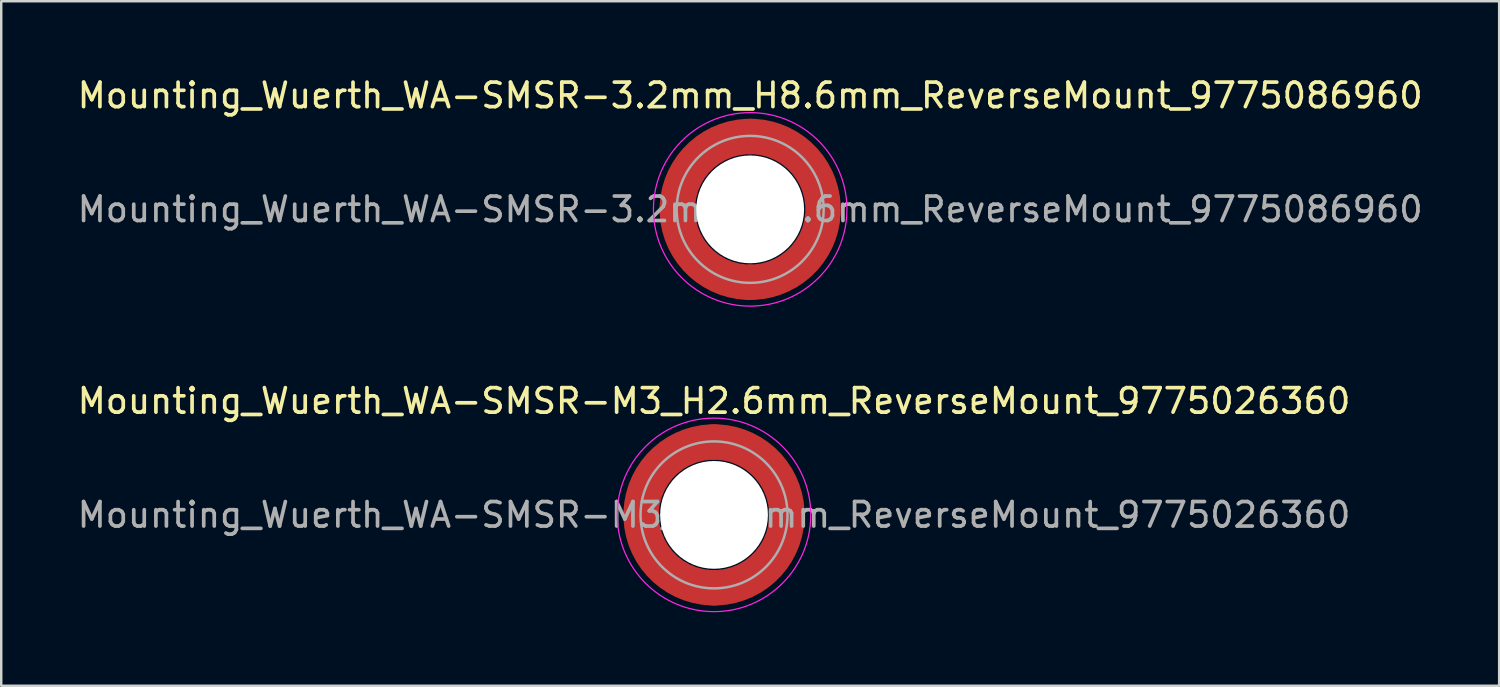
<source format=kicad_pcb>
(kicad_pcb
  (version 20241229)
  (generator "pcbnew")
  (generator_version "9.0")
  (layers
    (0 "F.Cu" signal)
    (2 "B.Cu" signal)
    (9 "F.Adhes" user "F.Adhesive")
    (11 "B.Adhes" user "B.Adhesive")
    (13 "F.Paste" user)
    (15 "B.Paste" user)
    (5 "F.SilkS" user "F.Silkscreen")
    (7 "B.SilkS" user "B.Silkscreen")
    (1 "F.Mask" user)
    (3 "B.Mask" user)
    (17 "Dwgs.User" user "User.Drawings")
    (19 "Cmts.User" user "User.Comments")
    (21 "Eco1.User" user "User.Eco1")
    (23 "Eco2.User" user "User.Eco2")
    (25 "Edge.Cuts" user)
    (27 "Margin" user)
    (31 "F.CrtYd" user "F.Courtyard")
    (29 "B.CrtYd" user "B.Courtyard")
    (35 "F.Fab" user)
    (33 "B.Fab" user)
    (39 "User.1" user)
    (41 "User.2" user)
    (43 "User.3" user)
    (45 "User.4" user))
  (footprint "Mounting_Wuerth_WA-SMSR-M3_H2.6mm_ReverseMount_9775026360"
    (layer "F.Cu")
    (at 26.101 17.971)
    (property "Reference" "Mounting_Wuerth_WA-SMSR-M3_H2.6mm_ReverseMount_9775026360" (at 0 -4.65 0) (layer "F.SilkS") (effects (font (size 1 1) (thickness 0.15))))
    (attr smd)
    (fp_circle (center 0 0) (end 3.95 0) (stroke (width 0.05) (type solid)) (fill no) (layer "F.CrtYd"))
    (fp_circle (center 0 0) (end 3 0) (stroke (width 0.1) (type solid)) (fill no) (layer "F.Fab"))
    (fp_text user "${REFERENCE}" (at 0 0 0) (layer "F.Fab") (effects (font (size 1 1) (thickness 0.15))))
    (pad "" smd custom (at -2.095 -2.095) (size 0.672 0.672) (layers "F.Paste") (options (anchor circle)) (primitives (gr_arc (start -0.24231 1.594804) (mid 0.404819 0.404819) (end 1.594804 -0.24231) (width 0.2)) (gr_arc (start -0.3398 1.594804) (mid 0.337349 0.337349) (end 1.594804 -0.3398) (width 0.2)) (gr_arc (start -0.437132 1.594804) (mid 0.269879 0.269879) (end 1.594804 -0.437132) (width 0.2)) (gr_arc (start -0.534324 1.594804) (mid 0.202409 0.202409) (end 1.594804 -0.534324) (width 0.2)) (gr_arc (start -0.631391 1.594804) (mid 0.134939 0.134939) (end 1.594804 -0.631391) (width 0.2)) (gr_arc (start -0.728345 1.594804) (mid 0.06747 0.06747) (end 1.594804 -0.728345) (width 0.2)) (gr_arc (start -0.825197 1.594804) (mid 0 0) (end 1.594804 -0.825197) (width 0.2)) (gr_arc (start -0.921958 1.594804) (mid -0.067469 -0.067469) (end 1.594804 -0.921958) (width 0.2)) (gr_arc (start -1.018637 1.594804) (mid -0.13494 -0.13494) (end 1.594804 -1.018637) (width 0.2)) (gr_arc (start -1.115239 1.594804) (mid -0.202409 -0.202409) (end 1.594804 -1.115239) (width 0.2)) (gr_arc (start -1.211773 1.594804) (mid -0.269879 -0.269879) (end 1.594804 -1.211773) (width 0.2)) (gr_arc (start -1.308244 1.594804) (mid -0.337349 -0.337349) (end 1.594804 -1.308244) (width 0.2)) (gr_arc (start -1.404657 1.594804) (mid -0.404819 -0.404819) (end 1.594804 -1.404657) (width 0.2)) (gr_arc (start -1.404657 1.594804) (mid -0.404819 -0.404819) (end 1.594804 -1.404657) (width 0.2)) (gr_line (start 1.595 -0.242) (end 1.595 -1.405) (width 0.2)) (gr_line (start -0.242 1.595) (end -1.405 1.595) (width 0.2))))
    (pad "" smd custom (at -2.095 2.095) (size 0.672 0.672) (layers "F.Paste") (options (anchor circle)) (primitives (gr_arc (start 1.594804 0.24231) (mid 0.404819 -0.404819) (end -0.24231 -1.594804) (width 0.2)) (gr_arc (start 1.594804 0.3398) (mid 0.337349 -0.337349) (end -0.3398 -1.594804) (width 0.2)) (gr_arc (start 1.594804 0.437132) (mid 0.269879 -0.269879) (end -0.437132 -1.594804) (width 0.2)) (gr_arc (start 1.594804 0.534324) (mid 0.202409 -0.202409) (end -0.534324 -1.594804) (width 0.2)) (gr_arc (start 1.594804 0.631391) (mid 0.134939 -0.134939) (end -0.631391 -1.594804) (width 0.2)) (gr_arc (start 1.594804 0.728345) (mid 0.06747 -0.06747) (end -0.728345 -1.594804) (width 0.2)) (gr_arc (start 1.594804 0.825197) (mid 0 0) (end -0.825197 -1.594804) (width 0.2)) (gr_arc (start 1.594804 0.921958) (mid -0.067469 0.067469) (end -0.921958 -1.594804) (width 0.2)) (gr_arc (start 1.594804 1.018637) (mid -0.13494 0.13494) (end -1.018637 -1.594804) (width 0.2)) (gr_arc (start 1.594804 1.115239) (mid -0.202409 0.202409) (end -1.115239 -1.594804) (width 0.2)) (gr_arc (start 1.594804 1.211773) (mid -0.269879 0.269879) (end -1.211773 -1.594804) (width 0.2)) (gr_arc (start 1.594804 1.308244) (mid -0.337349 0.337349) (end -1.308244 -1.594804) (width 0.2)) (gr_arc (start 1.594804 1.404657) (mid -0.404819 0.404819) (end -1.404657 -1.594804) (width 0.2)) (gr_arc (start 1.594804 1.404657) (mid -0.404819 0.404819) (end -1.404657 -1.594804) (width 0.2)) (gr_line (start -0.242 -1.595) (end -1.405 -1.595) (width 0.2)) (gr_line (start 1.595 0.242) (end 1.595 1.405) (width 0.2))))
    (pad "" np_thru_hole circle (at 0 0) (size 4.4 4.4) (drill 4.4) (layers "*.Cu" "*.Mask"))
    (pad "" smd custom (at 2.095 -2.095) (size 0.672 0.672) (layers "F.Paste") (options (anchor circle)) (primitives (gr_arc (start -1.594804 -0.24231) (mid -0.404819 0.404819) (end 0.24231 1.594804) (width 0.2)) (gr_arc (start -1.594804 -0.3398) (mid -0.337349 0.337349) (end 0.3398 1.594804) (width 0.2)) (gr_arc (start -1.594804 -0.437132) (mid -0.269879 0.269879) (end 0.437132 1.594804) (width 0.2)) (gr_arc (start -1.594804 -0.534324) (mid -0.202409 0.202409) (end 0.534324 1.594804) (width 0.2)) (gr_arc (start -1.594804 -0.631391) (mid -0.134939 0.134939) (end 0.631391 1.594804) (width 0.2)) (gr_arc (start -1.594804 -0.728345) (mid -0.06747 0.06747) (end 0.728345 1.594804) (width 0.2)) (gr_arc (start -1.594804 -0.825197) (mid 0 0) (end 0.825197 1.594804) (width 0.2)) (gr_arc (start -1.594804 -0.921958) (mid 0.067469 -0.067469) (end 0.921958 1.594804) (width 0.2)) (gr_arc (start -1.594804 -1.018637) (mid 0.13494 -0.13494) (end 1.018637 1.594804) (width 0.2)) (gr_arc (start -1.594804 -1.115239) (mid 0.202409 -0.202409) (end 1.115239 1.594804) (width 0.2)) (gr_arc (start -1.594804 -1.211773) (mid 0.269879 -0.269879) (end 1.211773 1.594804) (width 0.2)) (gr_arc (start -1.594804 -1.308244) (mid 0.337349 -0.337349) (end 1.308244 1.594804) (width 0.2)) (gr_arc (start -1.594804 -1.404657) (mid 0.404819 -0.404819) (end 1.404657 1.594804) (width 0.2)) (gr_arc (start -1.594804 -1.404657) (mid 0.404819 -0.404819) (end 1.404657 1.594804) (width 0.2)) (gr_line (start 0.242 1.595) (end 1.405 1.595) (width 0.2)) (gr_line (start -1.595 -0.242) (end -1.595 -1.405) (width 0.2))))
    (pad "" smd custom (at 2.095 2.095) (size 0.672 0.672) (layers "F.Paste") (options (anchor circle)) (primitives (gr_arc (start 0.24231 -1.594804) (mid -0.404819 -0.404819) (end -1.594804 0.24231) (width 0.2)) (gr_arc (start 0.3398 -1.594804) (mid -0.337349 -0.337349) (end -1.594804 0.3398) (width 0.2)) (gr_arc (start 0.437132 -1.594804) (mid -0.269879 -0.269879) (end -1.594804 0.437132) (width 0.2)) (gr_arc (start 0.534324 -1.594804) (mid -0.202409 -0.202409) (end -1.594804 0.534324) (width 0.2)) (gr_arc (start 0.631391 -1.594804) (mid -0.134939 -0.134939) (end -1.594804 0.631391) (width 0.2)) (gr_arc (start 0.728345 -1.594804) (mid -0.06747 -0.06747) (end -1.594804 0.728345) (width 0.2)) (gr_arc (start 0.825197 -1.594804) (mid 0 0) (end -1.594804 0.825197) (width 0.2)) (gr_arc (start 0.921958 -1.594804) (mid 0.067469 0.067469) (end -1.594804 0.921958) (width 0.2)) (gr_arc (start 1.018637 -1.594804) (mid 0.13494 0.13494) (end -1.594804 1.018637) (width 0.2)) (gr_arc (start 1.115239 -1.594804) (mid 0.202409 0.202409) (end -1.594804 1.115239) (width 0.2)) (gr_arc (start 1.211773 -1.594804) (mid 0.269879 0.269879) (end -1.594804 1.211773) (width 0.2)) (gr_arc (start 1.308244 -1.594804) (mid 0.337349 0.337349) (end -1.594804 1.308244) (width 0.2)) (gr_arc (start 1.404657 -1.594804) (mid 0.404819 0.404819) (end -1.594804 1.404657) (width 0.2)) (gr_arc (start 1.404657 -1.594804) (mid 0.404819 0.404819) (end -1.594804 1.404657) (width 0.2)) (gr_line (start -1.595 0.242) (end -1.595 1.405) (width 0.2)) (gr_line (start 0.242 -1.595) (end 1.405 -1.595) (width 0.2))))
    (pad "1" smd circle (at -2.975 0) (size 1.45 1.45) (layers "F.Cu"))
    (pad "1" smd circle (at 0 -2.975) (size 1.45 1.45) (layers "F.Cu"))
    (pad "1" smd circle (at 0 2.975) (size 1.45 1.45) (layers "F.Cu"))
    (pad "1" smd custom (at 2.975 0) (size 1.45 1.45) (layers "F.Cu" "F.Mask") (options (anchor circle)) (primitives (gr_circle (center -2.975 0) (end 0 0) (width 1.45) (fill no)))))
  (footprint "Mounting_Wuerth_WA-SMSR-3.2mm_H8.6mm_ReverseMount_9775086960"
    (layer "F.Cu")
    (at 27.577 5.498)
    (property "Reference" "Mounting_Wuerth_WA-SMSR-3.2mm_H8.6mm_ReverseMount_9775086960" (at 0 -4.65 0) (layer "F.SilkS") (effects (font (size 1 1) (thickness 0.15))))
    (attr smd)
    (fp_circle (center 0 0) (end 3.95 0) (stroke (width 0.05) (type solid)) (fill no) (layer "F.CrtYd"))
    (fp_circle (center 0 0) (end 3 0) (stroke (width 0.1) (type solid)) (fill no) (layer "F.Fab"))
    (fp_text user "${REFERENCE}" (at 0 0 0) (layer "F.Fab") (effects (font (size 1 1) (thickness 0.15))))
    (pad "" smd custom (at -2.095 -2.095) (size 0.672 0.672) (layers "F.Paste") (options (anchor circle)) (primitives (gr_arc (start -0.24231 1.594804) (mid 0.404819 0.404819) (end 1.594804 -0.24231) (width 0.2)) (gr_arc (start -0.3398 1.594804) (mid 0.337349 0.337349) (end 1.594804 -0.3398) (width 0.2)) (gr_arc (start -0.437132 1.594804) (mid 0.269879 0.269879) (end 1.594804 -0.437132) (width 0.2)) (gr_arc (start -0.534324 1.594804) (mid 0.202409 0.202409) (end 1.594804 -0.534324) (width 0.2)) (gr_arc (start -0.631391 1.594804) (mid 0.134939 0.134939) (end 1.594804 -0.631391) (width 0.2)) (gr_arc (start -0.728345 1.594804) (mid 0.06747 0.06747) (end 1.594804 -0.728345) (width 0.2)) (gr_arc (start -0.825197 1.594804) (mid 0 0) (end 1.594804 -0.825197) (width 0.2)) (gr_arc (start -0.921958 1.594804) (mid -0.067469 -0.067469) (end 1.594804 -0.921958) (width 0.2)) (gr_arc (start -1.018637 1.594804) (mid -0.13494 -0.13494) (end 1.594804 -1.018637) (width 0.2)) (gr_arc (start -1.115239 1.594804) (mid -0.202409 -0.202409) (end 1.594804 -1.115239) (width 0.2)) (gr_arc (start -1.211773 1.594804) (mid -0.269879 -0.269879) (end 1.594804 -1.211773) (width 0.2)) (gr_arc (start -1.308244 1.594804) (mid -0.337349 -0.337349) (end 1.594804 -1.308244) (width 0.2)) (gr_arc (start -1.404657 1.594804) (mid -0.404819 -0.404819) (end 1.594804 -1.404657) (width 0.2)) (gr_arc (start -1.404657 1.594804) (mid -0.404819 -0.404819) (end 1.594804 -1.404657) (width 0.2)) (gr_line (start 1.595 -0.242) (end 1.595 -1.405) (width 0.2)) (gr_line (start -0.242 1.595) (end -1.405 1.595) (width 0.2))))
    (pad "" smd custom (at -2.095 2.095) (size 0.672 0.672) (layers "F.Paste") (options (anchor circle)) (primitives (gr_arc (start 1.594804 0.24231) (mid 0.404819 -0.404819) (end -0.24231 -1.594804) (width 0.2)) (gr_arc (start 1.594804 0.3398) (mid 0.337349 -0.337349) (end -0.3398 -1.594804) (width 0.2)) (gr_arc (start 1.594804 0.437132) (mid 0.269879 -0.269879) (end -0.437132 -1.594804) (width 0.2)) (gr_arc (start 1.594804 0.534324) (mid 0.202409 -0.202409) (end -0.534324 -1.594804) (width 0.2)) (gr_arc (start 1.594804 0.631391) (mid 0.134939 -0.134939) (end -0.631391 -1.594804) (width 0.2)) (gr_arc (start 1.594804 0.728345) (mid 0.06747 -0.06747) (end -0.728345 -1.594804) (width 0.2)) (gr_arc (start 1.594804 0.825197) (mid 0 0) (end -0.825197 -1.594804) (width 0.2)) (gr_arc (start 1.594804 0.921958) (mid -0.067469 0.067469) (end -0.921958 -1.594804) (width 0.2)) (gr_arc (start 1.594804 1.018637) (mid -0.13494 0.13494) (end -1.018637 -1.594804) (width 0.2)) (gr_arc (start 1.594804 1.115239) (mid -0.202409 0.202409) (end -1.115239 -1.594804) (width 0.2)) (gr_arc (start 1.594804 1.211773) (mid -0.269879 0.269879) (end -1.211773 -1.594804) (width 0.2)) (gr_arc (start 1.594804 1.308244) (mid -0.337349 0.337349) (end -1.308244 -1.594804) (width 0.2)) (gr_arc (start 1.594804 1.404657) (mid -0.404819 0.404819) (end -1.404657 -1.594804) (width 0.2)) (gr_arc (start 1.594804 1.404657) (mid -0.404819 0.404819) (end -1.404657 -1.594804) (width 0.2)) (gr_line (start -0.242 -1.595) (end -1.405 -1.595) (width 0.2)) (gr_line (start 1.595 0.242) (end 1.595 1.405) (width 0.2))))
    (pad "" np_thru_hole circle (at 0 0) (size 4.4 4.4) (drill 4.4) (layers "*.Cu" "*.Mask"))
    (pad "" smd custom (at 2.095 -2.095) (size 0.672 0.672) (layers "F.Paste") (options (anchor circle)) (primitives (gr_arc (start -1.594804 -0.24231) (mid -0.404819 0.404819) (end 0.24231 1.594804) (width 0.2)) (gr_arc (start -1.594804 -0.3398) (mid -0.337349 0.337349) (end 0.3398 1.594804) (width 0.2)) (gr_arc (start -1.594804 -0.437132) (mid -0.269879 0.269879) (end 0.437132 1.594804) (width 0.2)) (gr_arc (start -1.594804 -0.534324) (mid -0.202409 0.202409) (end 0.534324 1.594804) (width 0.2)) (gr_arc (start -1.594804 -0.631391) (mid -0.134939 0.134939) (end 0.631391 1.594804) (width 0.2)) (gr_arc (start -1.594804 -0.728345) (mid -0.06747 0.06747) (end 0.728345 1.594804) (width 0.2)) (gr_arc (start -1.594804 -0.825197) (mid 0 0) (end 0.825197 1.594804) (width 0.2)) (gr_arc (start -1.594804 -0.921958) (mid 0.067469 -0.067469) (end 0.921958 1.594804) (width 0.2)) (gr_arc (start -1.594804 -1.018637) (mid 0.13494 -0.13494) (end 1.018637 1.594804) (width 0.2)) (gr_arc (start -1.594804 -1.115239) (mid 0.202409 -0.202409) (end 1.115239 1.594804) (width 0.2)) (gr_arc (start -1.594804 -1.211773) (mid 0.269879 -0.269879) (end 1.211773 1.594804) (width 0.2)) (gr_arc (start -1.594804 -1.308244) (mid 0.337349 -0.337349) (end 1.308244 1.594804) (width 0.2)) (gr_arc (start -1.594804 -1.404657) (mid 0.404819 -0.404819) (end 1.404657 1.594804) (width 0.2)) (gr_arc (start -1.594804 -1.404657) (mid 0.404819 -0.404819) (end 1.404657 1.594804) (width 0.2)) (gr_line (start 0.242 1.595) (end 1.405 1.595) (width 0.2)) (gr_line (start -1.595 -0.242) (end -1.595 -1.405) (width 0.2))))
    (pad "" smd custom (at 2.095 2.095) (size 0.672 0.672) (layers "F.Paste") (options (anchor circle)) (primitives (gr_arc (start 0.24231 -1.594804) (mid -0.404819 -0.404819) (end -1.594804 0.24231) (width 0.2)) (gr_arc (start 0.3398 -1.594804) (mid -0.337349 -0.337349) (end -1.594804 0.3398) (width 0.2)) (gr_arc (start 0.437132 -1.594804) (mid -0.269879 -0.269879) (end -1.594804 0.437132) (width 0.2)) (gr_arc (start 0.534324 -1.594804) (mid -0.202409 -0.202409) (end -1.594804 0.534324) (width 0.2)) (gr_arc (start 0.631391 -1.594804) (mid -0.134939 -0.134939) (end -1.594804 0.631391) (width 0.2)) (gr_arc (start 0.728345 -1.594804) (mid -0.06747 -0.06747) (end -1.594804 0.728345) (width 0.2)) (gr_arc (start 0.825197 -1.594804) (mid 0 0) (end -1.594804 0.825197) (width 0.2)) (gr_arc (start 0.921958 -1.594804) (mid 0.067469 0.067469) (end -1.594804 0.921958) (width 0.2)) (gr_arc (start 1.018637 -1.594804) (mid 0.13494 0.13494) (end -1.594804 1.018637) (width 0.2)) (gr_arc (start 1.115239 -1.594804) (mid 0.202409 0.202409) (end -1.594804 1.115239) (width 0.2)) (gr_arc (start 1.211773 -1.594804) (mid 0.269879 0.269879) (end -1.594804 1.211773) (width 0.2)) (gr_arc (start 1.308244 -1.594804) (mid 0.337349 0.337349) (end -1.594804 1.308244) (width 0.2)) (gr_arc (start 1.404657 -1.594804) (mid 0.404819 0.404819) (end -1.594804 1.404657) (width 0.2)) (gr_arc (start 1.404657 -1.594804) (mid 0.404819 0.404819) (end -1.594804 1.404657) (width 0.2)) (gr_line (start -1.595 0.242) (end -1.595 1.405) (width 0.2)) (gr_line (start 0.242 -1.595) (end 1.405 -1.595) (width 0.2))))
    (pad "1" smd circle (at -2.975 0) (size 1.45 1.45) (layers "F.Cu"))
    (pad "1" smd circle (at 0 -2.975) (size 1.45 1.45) (layers "F.Cu"))
    (pad "1" smd circle (at 0 2.975) (size 1.45 1.45) (layers "F.Cu"))
    (pad "1" smd custom (at 2.975 0) (size 1.45 1.45) (layers "F.Cu" "F.Mask") (options (anchor circle)) (primitives (gr_circle (center -2.975 0) (end 0 0) (width 1.45) (fill no)))))
  (gr_rect
    (start -3 -3)
    (end 58.155 24.947)
    (stroke (width 0.1) (type default))
    (fill no)
    (layer "Edge.Cuts")))
</source>
